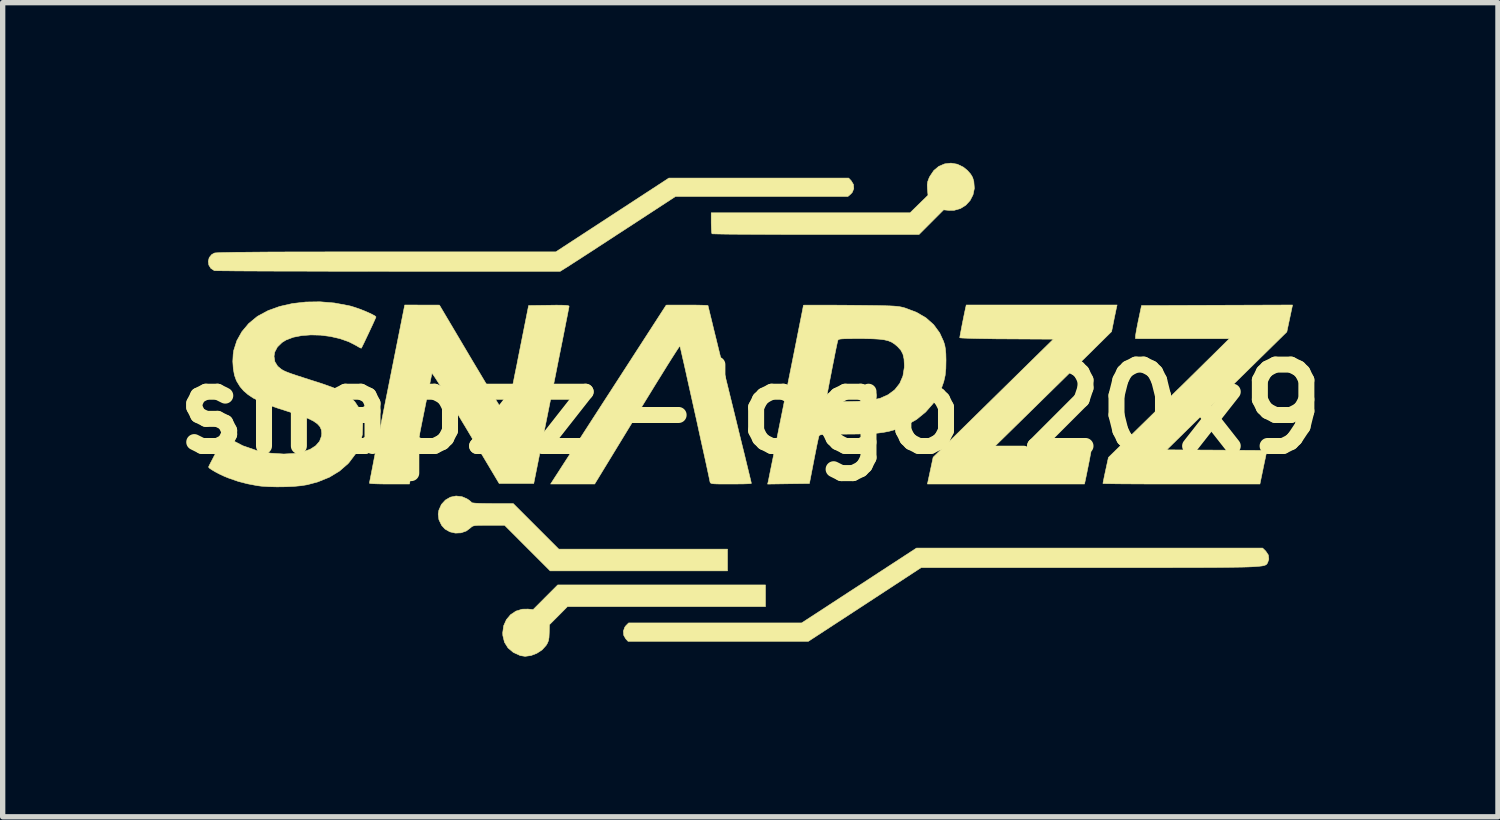
<source format=kicad_pcb>
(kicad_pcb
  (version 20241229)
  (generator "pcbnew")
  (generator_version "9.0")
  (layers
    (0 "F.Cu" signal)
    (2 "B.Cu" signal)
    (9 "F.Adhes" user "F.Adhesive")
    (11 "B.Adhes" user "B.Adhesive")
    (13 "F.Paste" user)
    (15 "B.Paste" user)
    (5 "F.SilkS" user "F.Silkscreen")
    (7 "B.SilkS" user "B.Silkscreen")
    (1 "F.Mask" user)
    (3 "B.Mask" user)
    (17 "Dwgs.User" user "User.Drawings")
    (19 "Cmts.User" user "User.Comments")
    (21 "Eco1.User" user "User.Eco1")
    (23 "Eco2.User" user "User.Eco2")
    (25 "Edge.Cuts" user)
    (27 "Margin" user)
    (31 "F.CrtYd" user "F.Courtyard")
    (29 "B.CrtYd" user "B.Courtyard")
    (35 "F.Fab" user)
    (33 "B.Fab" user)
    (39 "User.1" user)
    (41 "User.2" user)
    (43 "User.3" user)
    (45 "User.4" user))
  (footprint "snapzz-logo_20x9"
    (layer "F.Cu")
    (at 11.002 4.613)
    (property "Reference" "snapzz-logo_20x9" (at 0 0 0) (layer "F.SilkS") (effects (font (size 1.524 1.524) (thickness 0.3))))
    (attr through_hole)
    (fp_poly (pts (xy 0.284 3.698) (xy -3.425 3.698) (xy -3.593 3.868) (xy -3.762 4.037) (xy -3.766 4.189) (xy -3.77 4.276) (xy -3.781 4.338) (xy -3.803 4.389) (xy -3.825 4.425) (xy -3.9 4.508) (xy -3.998 4.572) (xy -4.107 4.614) (xy -4.217 4.629) (xy -4.308 4.615) (xy -4.439 4.555) (xy -4.538 4.471) (xy -4.604 4.365) (xy -4.635 4.238) (xy -4.637 4.186) (xy -4.619 4.056) (xy -4.568 3.942) (xy -4.49 3.849) (xy -4.389 3.782) (xy -4.272 3.746) (xy -4.165 3.744) (xy -4.067 3.753) (xy -3.837 3.522) (xy -3.607 3.292) (xy 0.284 3.292) (xy 0.284 3.698)) (stroke (width 0.01) (type solid)) (fill yes) (layer "F.SilkS"))
    (fp_poly (pts (xy -5.4 1.639) (xy -5.31 1.677) (xy -5.26 1.71) (xy -5.228 1.738) (xy -5.222 1.748) (xy -5.203 1.755) (xy -5.146 1.761) (xy -5.058 1.765) (xy -4.941 1.767) (xy -4.831 1.768) (xy -4.44 1.768) (xy -4.013 2.195) (xy -3.587 2.621) (xy -0.427 2.621) (xy -0.427 3.028) (xy -3.749 3.028) (xy -4.176 2.601) (xy -4.602 2.174) (xy -4.899 2.174) (xy -5.015 2.175) (xy -5.098 2.176) (xy -5.154 2.18) (xy -5.191 2.188) (xy -5.214 2.199) (xy -5.233 2.215) (xy -5.234 2.217) (xy -5.318 2.281) (xy -5.418 2.316) (xy -5.524 2.321) (xy -5.627 2.297) (xy -5.718 2.245) (xy -5.781 2.176) (xy -5.832 2.07) (xy -5.845 1.964) (xy -5.833 1.892) (xy -5.785 1.784) (xy -5.71 1.702) (xy -5.617 1.648) (xy -5.511 1.626) (xy -5.4 1.639)) (stroke (width 0.01) (type solid)) (fill yes) (layer "F.SilkS"))
    (fp_poly (pts (xy 3.876 -4.588) (xy 3.99 -4.533) (xy 4.066 -4.471) (xy 4.126 -4.403) (xy 4.163 -4.341) (xy 4.186 -4.265) (xy 4.186 -4.264) (xy 4.196 -4.135) (xy 4.171 -4.015) (xy 4.116 -3.908) (xy 4.035 -3.82) (xy 3.934 -3.757) (xy 3.817 -3.724) (xy 3.721 -3.723) (xy 3.62 -3.733) (xy 3.16 -3.272) (xy 1.228 -3.272) (xy 0.951 -3.272) (xy 0.686 -3.272) (xy 0.435 -3.273) (xy 0.202 -3.274) (xy -0.012 -3.275) (xy -0.203 -3.276) (xy -0.368 -3.277) (xy -0.504 -3.279) (xy -0.61 -3.281) (xy -0.681 -3.283) (xy -0.715 -3.284) (xy -0.718 -3.285) (xy -0.724 -3.31) (xy -0.728 -3.366) (xy -0.731 -3.443) (xy -0.732 -3.488) (xy -0.732 -3.678) (xy 2.992 -3.678) (xy 3.16 -3.842) (xy 3.328 -4.006) (xy 3.317 -4.126) (xy 3.314 -4.202) (xy 3.323 -4.263) (xy 3.348 -4.33) (xy 3.363 -4.36) (xy 3.436 -4.469) (xy 3.531 -4.548) (xy 3.64 -4.594) (xy 3.758 -4.608) (xy 3.876 -4.588)) (stroke (width 0.01) (type solid)) (fill yes) (layer "F.SilkS"))
    (fp_poly (pts (xy 9.654 2.66) (xy 9.702 2.732) (xy 9.711 2.809) (xy 9.691 2.868) (xy 9.685 2.881) (xy 9.678 2.893) (xy 9.67 2.903) (xy 9.659 2.913) (xy 9.642 2.921) (xy 9.618 2.929) (xy 9.584 2.936) (xy 9.54 2.941) (xy 9.482 2.946) (xy 9.41 2.951) (xy 9.321 2.955) (xy 9.214 2.958) (xy 9.086 2.96) (xy 8.936 2.962) (xy 8.762 2.964) (xy 8.561 2.965) (xy 8.333 2.966) (xy 8.075 2.966) (xy 7.785 2.967) (xy 7.462 2.967) (xy 7.103 2.967) (xy 6.708 2.967) (xy 6.366 2.967) (xy 3.2 2.967) (xy 2.144 3.658) (xy 1.087 4.348) (xy -0.601 4.348) (xy -2.289 4.348) (xy -2.333 4.301) (xy -2.371 4.234) (xy -2.377 4.157) (xy -2.351 4.083) (xy -2.328 4.053) (xy -2.278 4.003) (xy 0.962 4.003) (xy 1.411 3.711) (xy 1.541 3.626) (xy 1.697 3.524) (xy 1.87 3.411) (xy 2.052 3.293) (xy 2.235 3.174) (xy 2.41 3.059) (xy 2.486 3.01) (xy 3.113 2.601) (xy 9.594 2.601) (xy 9.654 2.66)) (stroke (width 0.01) (type solid)) (fill yes) (layer "F.SilkS"))
    (fp_poly (pts (xy 10.048 -1.447) (xy 8.923 -0.342) (xy 7.798 0.762) (xy 8.737 0.767) (xy 9.677 0.773) (xy 9.666 0.818) (xy 9.658 0.854) (xy 9.644 0.922) (xy 9.625 1.011) (xy 9.604 1.112) (xy 9.6 1.133) (xy 9.544 1.402) (xy 8.074 1.402) (xy 7.834 1.402) (xy 7.605 1.402) (xy 7.393 1.401) (xy 7.199 1.4) (xy 7.026 1.399) (xy 6.879 1.398) (xy 6.76 1.396) (xy 6.672 1.395) (xy 6.619 1.393) (xy 6.604 1.392) (xy 6.608 1.369) (xy 6.619 1.314) (xy 6.635 1.236) (xy 6.655 1.143) (xy 6.655 1.143) (xy 6.707 0.904) (xy 7.473 0.154) (xy 7.635 -0.005) (xy 7.801 -0.167) (xy 7.965 -0.329) (xy 8.124 -0.484) (xy 8.272 -0.63) (xy 8.405 -0.761) (xy 8.518 -0.873) (xy 8.606 -0.959) (xy 8.971 -1.32) (xy 7.214 -1.321) (xy 7.214 -1.367) (xy 7.219 -1.403) (xy 7.23 -1.47) (xy 7.247 -1.559) (xy 7.267 -1.66) (xy 7.271 -1.676) (xy 7.327 -1.941) (xy 8.741 -1.946) (xy 10.155 -1.951) (xy 10.048 -1.447)) (stroke (width 0.01) (type solid)) (fill yes) (layer "F.SilkS"))
    (fp_poly (pts (xy 1.89 -4.277) (xy 1.932 -4.207) (xy 1.938 -4.132) (xy 1.91 -4.061) (xy 1.883 -4.031) (xy 1.827 -3.983) (xy -1.402 -3.983) (xy -2.312 -3.389) (xy -2.491 -3.273) (xy -2.665 -3.159) (xy -2.83 -3.052) (xy -2.981 -2.953) (xy -3.116 -2.866) (xy -3.23 -2.792) (xy -3.319 -2.735) (xy -3.379 -2.696) (xy -3.391 -2.688) (xy -3.562 -2.581) (xy -6.785 -2.582) (xy -7.144 -2.582) (xy -7.492 -2.583) (xy -7.827 -2.583) (xy -8.147 -2.584) (xy -8.45 -2.585) (xy -8.733 -2.585) (xy -8.994 -2.586) (xy -9.231 -2.587) (xy -9.442 -2.588) (xy -9.625 -2.589) (xy -9.777 -2.591) (xy -9.896 -2.592) (xy -9.981 -2.593) (xy -10.028 -2.594) (xy -10.038 -2.595) (xy -10.103 -2.637) (xy -10.141 -2.699) (xy -10.151 -2.769) (xy -10.134 -2.838) (xy -10.088 -2.895) (xy -10.036 -2.924) (xy -10.012 -2.927) (xy -9.962 -2.93) (xy -9.883 -2.933) (xy -9.774 -2.935) (xy -9.635 -2.938) (xy -9.465 -2.939) (xy -9.262 -2.941) (xy -9.026 -2.943) (xy -8.755 -2.944) (xy -8.449 -2.945) (xy -8.106 -2.945) (xy -7.726 -2.946) (xy -7.307 -2.946) (xy -6.849 -2.946) (xy -3.643 -2.946) (xy -2.584 -3.637) (xy -1.525 -4.328) (xy 0.159 -4.328) (xy 1.842 -4.328) (xy 1.89 -4.277)) (stroke (width 0.01) (type solid)) (fill yes) (layer "F.SilkS"))
    (fp_poly (pts (xy 6.858 -1.905) (xy 6.85 -1.866) (xy 6.836 -1.798) (xy 6.818 -1.713) (xy 6.807 -1.656) (xy 6.766 -1.453) (xy 6.456 -1.147) (xy 6.382 -1.073) (xy 6.282 -0.975) (xy 6.161 -0.856) (xy 6.023 -0.721) (xy 5.873 -0.573) (xy 5.714 -0.417) (xy 5.55 -0.256) (xy 5.385 -0.094) (xy 5.324 -0.034) (xy 4.502 0.772) (xy 5.441 0.772) (xy 5.632 0.773) (xy 5.81 0.774) (xy 5.971 0.775) (xy 6.111 0.777) (xy 6.226 0.78) (xy 6.312 0.783) (xy 6.365 0.786) (xy 6.38 0.79) (xy 6.377 0.814) (xy 6.366 0.87) (xy 6.352 0.948) (xy 6.334 1.038) (xy 6.315 1.132) (xy 6.297 1.222) (xy 6.281 1.298) (xy 6.27 1.35) (xy 6.269 1.356) (xy 6.258 1.402) (xy 3.317 1.402) (xy 3.371 1.151) (xy 3.424 0.901) (xy 4.55 -0.205) (xy 5.676 -1.311) (xy 4.799 -1.316) (xy 4.615 -1.317) (xy 4.443 -1.32) (xy 4.29 -1.322) (xy 4.157 -1.325) (xy 4.05 -1.329) (xy 3.973 -1.332) (xy 3.93 -1.336) (xy 3.922 -1.339) (xy 3.926 -1.363) (xy 3.936 -1.419) (xy 3.951 -1.496) (xy 3.968 -1.587) (xy 3.987 -1.681) (xy 4.005 -1.77) (xy 4.021 -1.846) (xy 4.032 -1.899) (xy 4.034 -1.905) (xy 4.044 -1.951) (xy 6.869 -1.951) (xy 6.858 -1.905)) (stroke (width 0.01) (type solid)) (fill yes) (layer "F.SilkS"))
    (fp_poly (pts (xy -6.147 -1.95) (xy -5.822 -1.949) (xy -5.203 -0.904) (xy -5.091 -0.717) (xy -4.986 -0.541) (xy -4.889 -0.379) (xy -4.801 -0.234) (xy -4.725 -0.109) (xy -4.663 -0.007) (xy -4.615 0.069) (xy -4.584 0.115) (xy -4.573 0.13) (xy -4.567 0.108) (xy -4.554 0.051) (xy -4.534 -0.039) (xy -4.51 -0.157) (xy -4.48 -0.301) (xy -4.446 -0.465) (xy -4.41 -0.647) (xy -4.37 -0.842) (xy -4.357 -0.911) (xy -4.152 -1.941) (xy -3.772 -1.946) (xy -3.634 -1.948) (xy -3.532 -1.947) (xy -3.461 -1.944) (xy -3.418 -1.94) (xy -3.397 -1.932) (xy -3.394 -1.926) (xy -3.398 -1.902) (xy -3.41 -1.842) (xy -3.428 -1.748) (xy -3.453 -1.623) (xy -3.483 -1.47) (xy -3.518 -1.292) (xy -3.558 -1.093) (xy -3.602 -0.874) (xy -3.648 -0.64) (xy -3.698 -0.393) (xy -3.726 -0.254) (xy -4.056 1.392) (xy -4.703 1.392) (xy -5.327 0.346) (xy -5.443 0.154) (xy -5.551 -0.025) (xy -5.65 -0.188) (xy -5.739 -0.331) (xy -5.815 -0.453) (xy -5.877 -0.551) (xy -5.923 -0.621) (xy -5.952 -0.661) (xy -5.962 -0.67) (xy -5.968 -0.644) (xy -5.981 -0.583) (xy -6 -0.49) (xy -6.025 -0.37) (xy -6.054 -0.226) (xy -6.087 -0.063) (xy -6.123 0.115) (xy -6.155 0.274) (xy -6.193 0.466) (xy -6.23 0.648) (xy -6.264 0.817) (xy -6.294 0.968) (xy -6.32 1.096) (xy -6.341 1.197) (xy -6.355 1.267) (xy -6.361 1.295) (xy -6.384 1.402) (xy -6.758 1.402) (xy -6.876 1.401) (xy -6.979 1.399) (xy -7.061 1.396) (xy -7.114 1.392) (xy -7.133 1.387) (xy -7.13 1.365) (xy -7.118 1.306) (xy -7.1 1.214) (xy -7.076 1.09) (xy -7.047 0.938) (xy -7.012 0.762) (xy -6.973 0.563) (xy -6.929 0.345) (xy -6.883 0.111) (xy -6.834 -0.137) (xy -6.803 -0.29) (xy -6.472 -1.951) (xy -6.147 -1.95)) (stroke (width 0.01) (type solid)) (fill yes) (layer "F.SilkS"))
    (fp_poly (pts (xy -1.063 -1.95) (xy -0.957 -1.948) (xy -0.872 -1.946) (xy -0.816 -1.944) (xy -0.793 -1.94) (xy -0.792 -1.94) (xy -0.788 -1.919) (xy -0.774 -1.862) (xy -0.752 -1.771) (xy -0.722 -1.649) (xy -0.686 -1.499) (xy -0.643 -1.325) (xy -0.595 -1.128) (xy -0.542 -0.913) (xy -0.486 -0.681) (xy -0.425 -0.436) (xy -0.386 -0.276) (xy -0.324 -0.024) (xy -0.265 0.217) (xy -0.21 0.443) (xy -0.159 0.652) (xy -0.112 0.841) (xy -0.072 1.007) (xy -0.038 1.147) (xy -0.011 1.258) (xy 0.008 1.337) (xy 0.018 1.381) (xy 0.02 1.39) (xy 0.001 1.394) (xy -0.053 1.397) (xy -0.134 1.4) (xy -0.238 1.401) (xy -0.357 1.402) (xy -0.363 1.402) (xy -0.497 1.402) (xy -0.595 1.401) (xy -0.664 1.399) (xy -0.709 1.395) (xy -0.735 1.388) (xy -0.749 1.378) (xy -0.754 1.365) (xy -0.756 1.356) (xy -0.769 1.293) (xy -0.789 1.199) (xy -0.815 1.078) (xy -0.846 0.934) (xy -0.882 0.772) (xy -0.921 0.596) (xy -0.962 0.409) (xy -1.004 0.215) (xy -1.048 0.019) (xy -1.091 -0.175) (xy -1.133 -0.363) (xy -1.173 -0.542) (xy -1.209 -0.706) (xy -1.242 -0.853) (xy -1.271 -0.978) (xy -1.293 -1.076) (xy -1.309 -1.145) (xy -1.318 -1.179) (xy -1.319 -1.182) (xy -1.331 -1.168) (xy -1.363 -1.121) (xy -1.412 -1.045) (xy -1.478 -0.942) (xy -1.558 -0.815) (xy -1.65 -0.666) (xy -1.754 -0.499) (xy -1.867 -0.315) (xy -1.988 -0.118) (xy -2.115 0.09) (xy -2.123 0.103) (xy -2.915 1.402) (xy -3.74 1.402) (xy -3.663 1.282) (xy -3.641 1.248) (xy -3.598 1.182) (xy -3.537 1.087) (xy -3.459 0.966) (xy -3.365 0.821) (xy -3.258 0.656) (xy -3.14 0.472) (xy -3.011 0.272) (xy -2.874 0.06) (xy -2.73 -0.163) (xy -2.581 -0.393) (xy -1.575 -1.949) (xy -1.184 -1.95) (xy -1.063 -1.95)) (stroke (width 0.01) (type solid)) (fill yes) (layer "F.SilkS"))
    (fp_poly (pts (xy -7.792 -1.989) (xy -7.528 -1.94) (xy -7.484 -1.93) (xy -7.409 -1.907) (xy -7.322 -1.877) (xy -7.232 -1.842) (xy -7.148 -1.806) (xy -7.077 -1.772) (xy -7.029 -1.745) (xy -7.01 -1.727) (xy -7.01 -1.727) (xy -7.019 -1.706) (xy -7.041 -1.656) (xy -7.073 -1.585) (xy -7.113 -1.5) (xy -7.155 -1.41) (xy -7.197 -1.322) (xy -7.234 -1.244) (xy -7.264 -1.183) (xy -7.282 -1.147) (xy -7.286 -1.142) (xy -7.304 -1.148) (xy -7.346 -1.17) (xy -7.374 -1.188) (xy -7.52 -1.263) (xy -7.685 -1.321) (xy -7.863 -1.362) (xy -8.047 -1.386) (xy -8.229 -1.391) (xy -8.402 -1.378) (xy -8.56 -1.347) (xy -8.694 -1.296) (xy -8.77 -1.249) (xy -8.857 -1.164) (xy -8.907 -1.069) (xy -8.92 -0.99) (xy -8.904 -0.888) (xy -8.852 -0.804) (xy -8.784 -0.748) (xy -8.76 -0.733) (xy -8.732 -0.718) (xy -8.697 -0.702) (xy -8.651 -0.684) (xy -8.588 -0.661) (xy -8.505 -0.633) (xy -8.397 -0.598) (xy -8.261 -0.554) (xy -8.091 -0.5) (xy -8.026 -0.479) (xy -7.817 -0.405) (xy -7.647 -0.326) (xy -7.512 -0.239) (xy -7.408 -0.141) (xy -7.334 -0.029) (xy -7.286 0.099) (xy -7.261 0.246) (xy -7.259 0.274) (xy -7.266 0.475) (xy -7.311 0.663) (xy -7.394 0.838) (xy -7.516 1) (xy -7.535 1.021) (xy -7.695 1.16) (xy -7.883 1.274) (xy -8.103 1.363) (xy -8.298 1.415) (xy -8.409 1.433) (xy -8.547 1.446) (xy -8.703 1.453) (xy -8.865 1.455) (xy -9.02 1.451) (xy -9.158 1.442) (xy -9.235 1.432) (xy -9.419 1.397) (xy -9.586 1.354) (xy -9.757 1.295) (xy -9.774 1.289) (xy -9.857 1.255) (xy -9.942 1.215) (xy -10.022 1.173) (xy -10.087 1.134) (xy -10.132 1.103) (xy -10.146 1.084) (xy -10.136 1.061) (xy -10.111 1.011) (xy -10.074 0.94) (xy -10.031 0.857) (xy -9.984 0.768) (xy -9.938 0.682) (xy -9.897 0.606) (xy -9.865 0.547) (xy -9.847 0.515) (xy -9.844 0.511) (xy -9.824 0.516) (xy -9.781 0.539) (xy -9.733 0.567) (xy -9.502 0.686) (xy -9.25 0.773) (xy -8.985 0.824) (xy -8.738 0.84) (xy -8.545 0.83) (xy -8.38 0.8) (xy -8.244 0.752) (xy -8.139 0.685) (xy -8.067 0.602) (xy -8.031 0.504) (xy -8.026 0.45) (xy -8.034 0.385) (xy -8.061 0.326) (xy -8.109 0.273) (xy -8.183 0.222) (xy -8.285 0.172) (xy -8.42 0.12) (xy -8.59 0.064) (xy -8.635 0.05) (xy -8.853 -0.02) (xy -9.035 -0.084) (xy -9.186 -0.146) (xy -9.309 -0.208) (xy -9.408 -0.274) (xy -9.489 -0.344) (xy -9.556 -0.422) (xy -9.611 -0.511) (xy -9.626 -0.538) (xy -9.661 -0.636) (xy -9.683 -0.759) (xy -9.692 -0.894) (xy -9.685 -1.027) (xy -9.674 -1.102) (xy -9.616 -1.283) (xy -9.522 -1.451) (xy -9.395 -1.603) (xy -9.24 -1.731) (xy -9.219 -1.745) (xy -9.031 -1.846) (xy -8.814 -1.924) (xy -8.576 -1.978) (xy -8.323 -2.007) (xy -8.059 -2.011) (xy -7.792 -1.989)) (stroke (width 0.01) (type solid)) (fill yes) (layer "F.SilkS"))
    (fp_poly (pts (xy 1.417 -1.949) (xy 1.578 -1.948) (xy 1.755 -1.947) (xy 1.875 -1.946) (xy 2.088 -1.944) (xy 2.264 -1.942) (xy 2.409 -1.94) (xy 2.525 -1.937) (xy 2.618 -1.934) (xy 2.691 -1.93) (xy 2.749 -1.925) (xy 2.796 -1.919) (xy 2.836 -1.911) (xy 2.873 -1.902) (xy 2.906 -1.892) (xy 3.114 -1.813) (xy 3.29 -1.71) (xy 3.434 -1.582) (xy 3.546 -1.429) (xy 3.619 -1.27) (xy 3.641 -1.201) (xy 3.654 -1.127) (xy 3.662 -1.038) (xy 3.665 -0.921) (xy 3.665 -0.914) (xy 3.662 -0.76) (xy 3.649 -0.632) (xy 3.623 -0.516) (xy 3.581 -0.397) (xy 3.532 -0.288) (xy 3.424 -0.107) (xy 3.283 0.054) (xy 3.114 0.192) (xy 2.919 0.303) (xy 2.78 0.36) (xy 2.684 0.391) (xy 2.591 0.416) (xy 2.495 0.434) (xy 2.389 0.448) (xy 2.267 0.458) (xy 2.121 0.463) (xy 1.945 0.466) (xy 1.813 0.467) (xy 1.654 0.467) (xy 1.532 0.468) (xy 1.44 0.47) (xy 1.375 0.473) (xy 1.332 0.478) (xy 1.305 0.484) (xy 1.291 0.493) (xy 1.286 0.502) (xy 1.278 0.532) (xy 1.264 0.595) (xy 1.245 0.685) (xy 1.223 0.796) (xy 1.198 0.921) (xy 1.19 0.964) (xy 1.107 1.392) (xy 0.716 1.397) (xy 0.324 1.403) (xy 0.335 1.357) (xy 0.341 1.331) (xy 0.353 1.269) (xy 0.372 1.175) (xy 0.397 1.052) (xy 0.427 0.904) (xy 0.461 0.735) (xy 0.498 0.549) (xy 0.538 0.348) (xy 0.581 0.136) (xy 0.625 -0.083) (xy 0.644 -0.179) (xy 1.422 -0.179) (xy 1.425 -0.165) (xy 1.437 -0.156) (xy 1.465 -0.149) (xy 1.513 -0.145) (xy 1.587 -0.143) (xy 1.694 -0.142) (xy 1.756 -0.142) (xy 1.884 -0.144) (xy 2.011 -0.147) (xy 2.126 -0.153) (xy 2.218 -0.16) (xy 2.249 -0.163) (xy 2.43 -0.203) (xy 2.582 -0.271) (xy 2.706 -0.364) (xy 2.798 -0.481) (xy 2.858 -0.62) (xy 2.884 -0.78) (xy 2.885 -0.82) (xy 2.879 -0.939) (xy 2.858 -1.031) (xy 2.819 -1.105) (xy 2.756 -1.174) (xy 2.755 -1.175) (xy 2.701 -1.22) (xy 2.647 -1.255) (xy 2.584 -1.281) (xy 2.509 -1.299) (xy 2.413 -1.311) (xy 2.293 -1.318) (xy 2.141 -1.321) (xy 2.049 -1.321) (xy 1.912 -1.321) (xy 1.81 -1.32) (xy 1.738 -1.318) (xy 1.69 -1.314) (xy 1.661 -1.308) (xy 1.646 -1.299) (xy 1.639 -1.286) (xy 1.636 -1.275) (xy 1.624 -1.223) (xy 1.607 -1.142) (xy 1.586 -1.039) (xy 1.563 -0.92) (xy 1.537 -0.792) (xy 1.512 -0.661) (xy 1.487 -0.534) (xy 1.465 -0.417) (xy 1.446 -0.317) (xy 1.432 -0.239) (xy 1.424 -0.191) (xy 1.422 -0.179) (xy 0.644 -0.179) (xy 0.669 -0.305) (xy 0.713 -0.526) (xy 0.757 -0.745) (xy 0.799 -0.955) (xy 0.839 -1.155) (xy 0.876 -1.341) (xy 0.909 -1.508) (xy 0.938 -1.653) (xy 0.962 -1.773) (xy 0.98 -1.865) (xy 0.991 -1.924) (xy 0.996 -1.946) (xy 0.996 -1.947) (xy 1.015 -1.948) (xy 1.071 -1.949) (xy 1.16 -1.949) (xy 1.277 -1.949) (xy 1.417 -1.949)) (stroke (width 0.01) (type solid)) (fill yes) (layer "F.SilkS")))
  (gr_rect
    (start -3 -3)
    (end 25.004 12.247)
    (stroke (width 0.1) (type default))
    (fill no)
    (layer "Edge.Cuts")))
</source>
